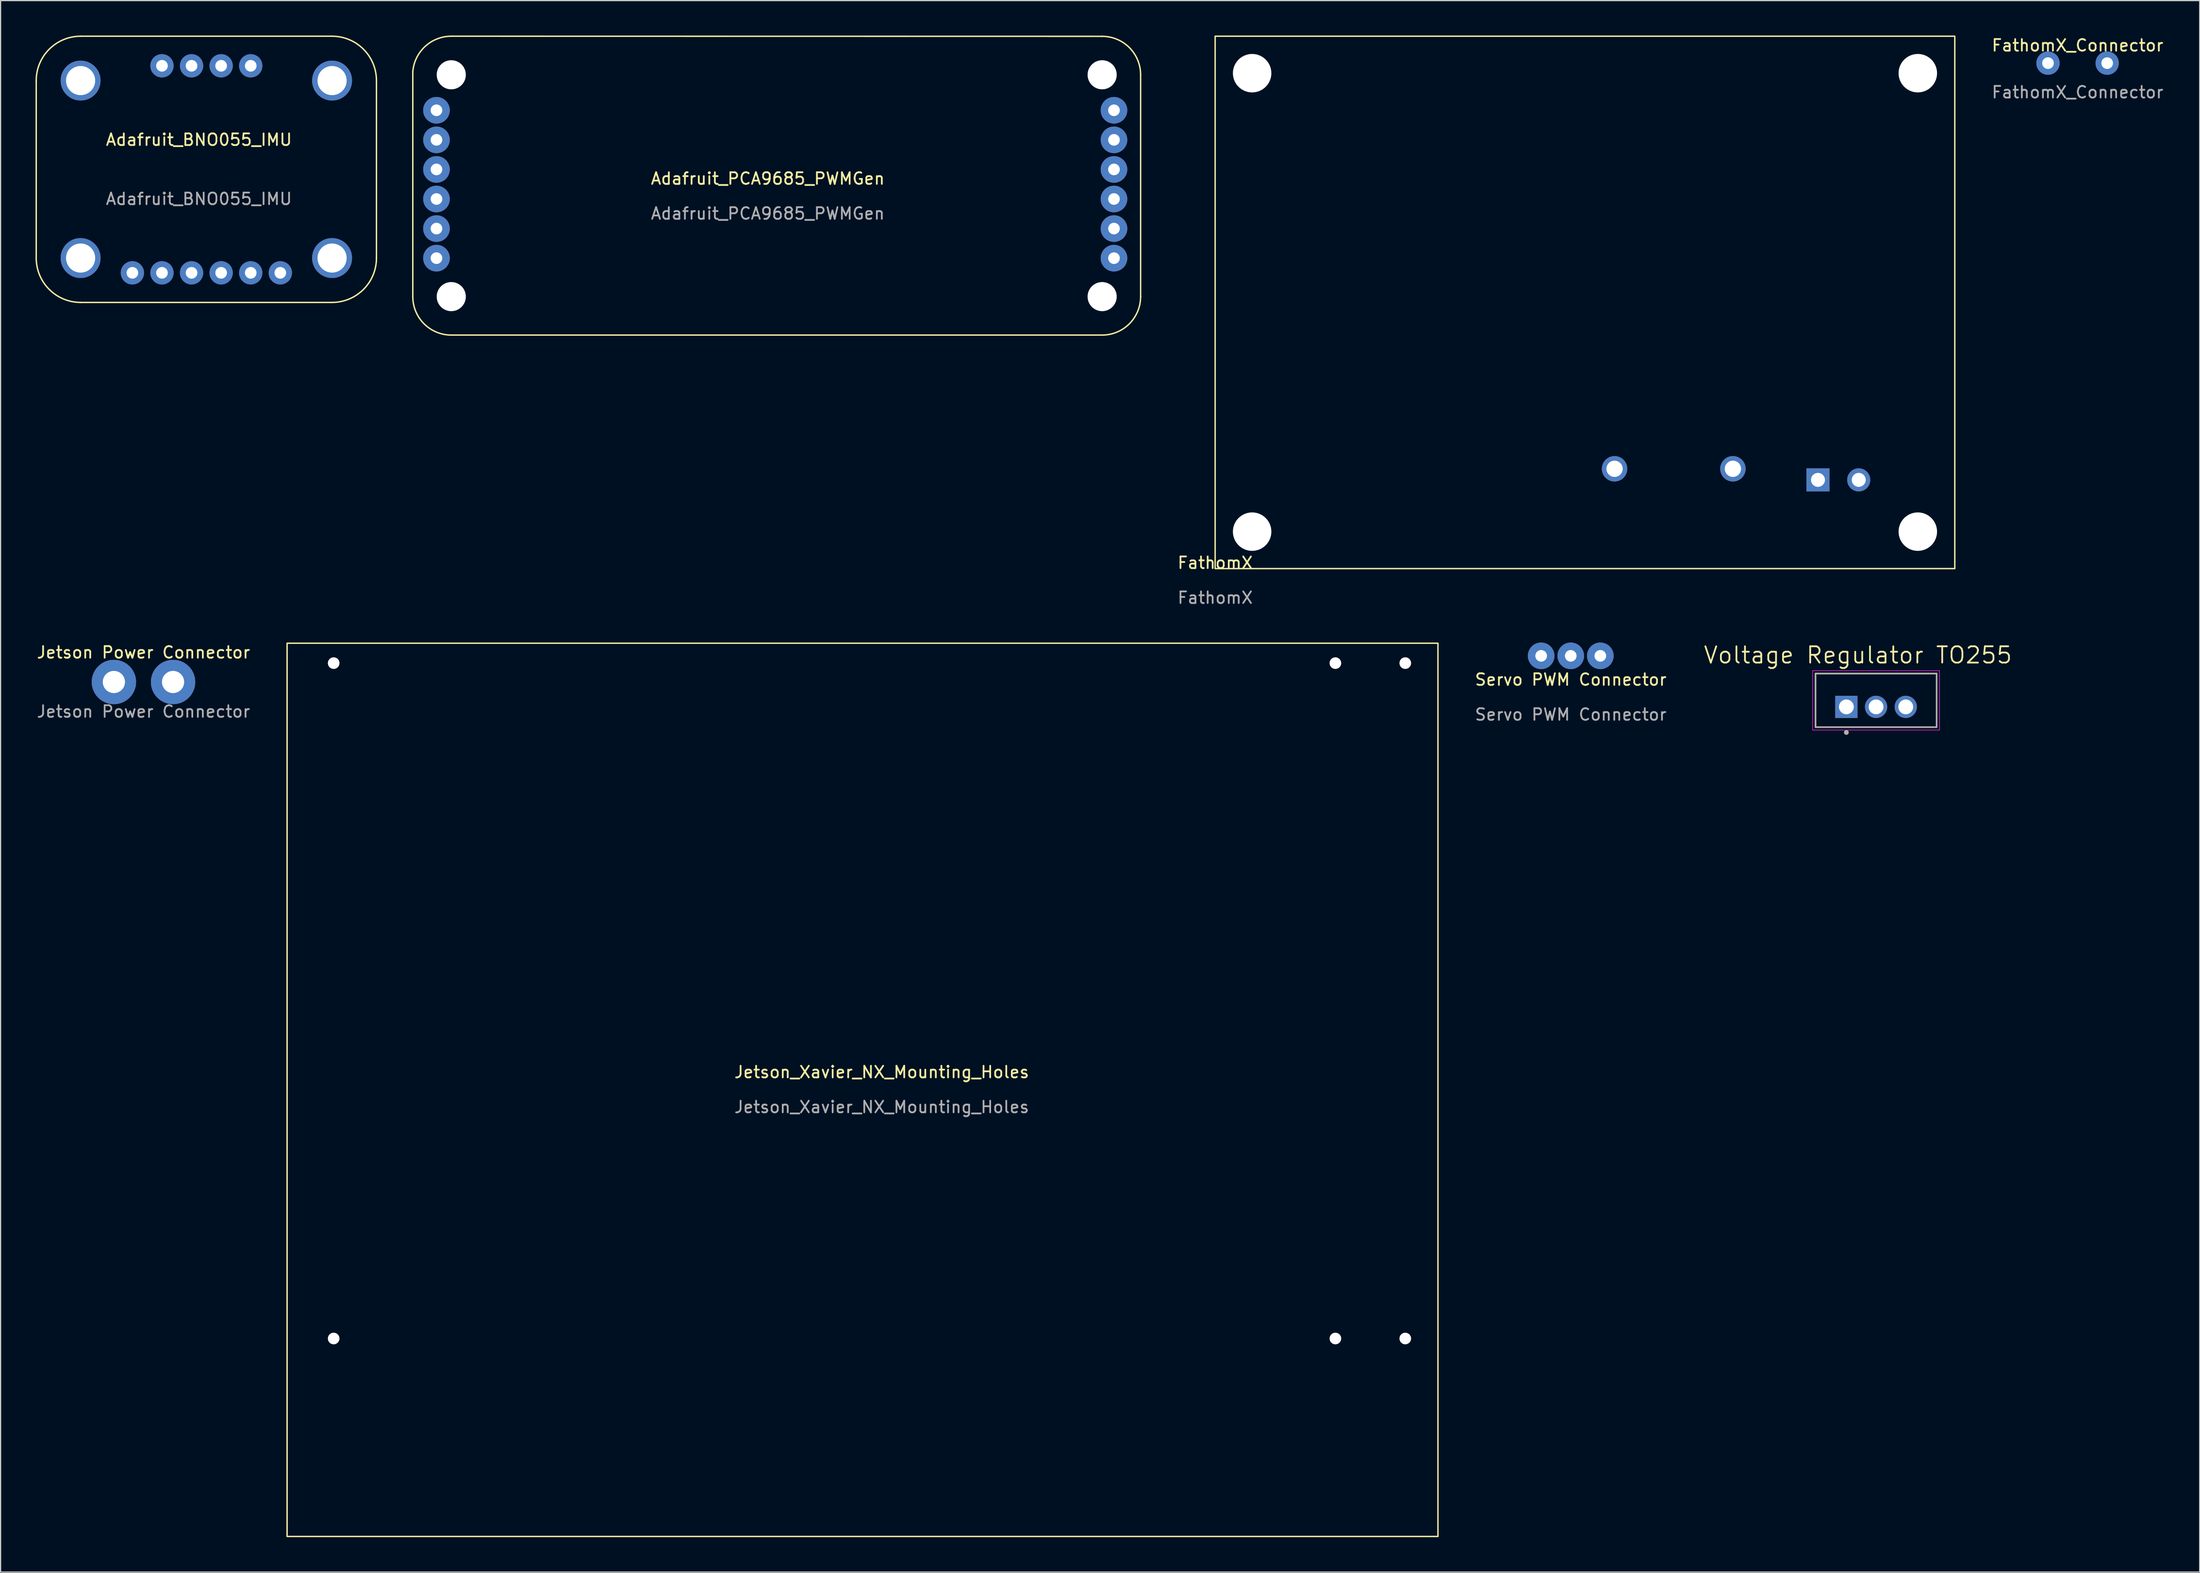
<source format=kicad_pcb>
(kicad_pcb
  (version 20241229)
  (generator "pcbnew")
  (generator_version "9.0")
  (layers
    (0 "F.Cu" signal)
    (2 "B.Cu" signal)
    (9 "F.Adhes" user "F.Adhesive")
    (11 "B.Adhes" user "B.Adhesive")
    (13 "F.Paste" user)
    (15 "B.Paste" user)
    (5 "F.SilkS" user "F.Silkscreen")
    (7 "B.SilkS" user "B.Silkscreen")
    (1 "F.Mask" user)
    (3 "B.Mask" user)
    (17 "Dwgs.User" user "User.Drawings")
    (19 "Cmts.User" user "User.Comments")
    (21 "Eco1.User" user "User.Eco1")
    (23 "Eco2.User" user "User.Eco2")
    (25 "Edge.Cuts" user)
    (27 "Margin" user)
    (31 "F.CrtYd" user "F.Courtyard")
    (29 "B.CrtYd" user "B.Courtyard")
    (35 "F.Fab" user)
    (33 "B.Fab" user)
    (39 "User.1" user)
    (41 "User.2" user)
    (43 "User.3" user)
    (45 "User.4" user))
  (footprint "Adafruit_PCA9685_PWMGen"
    (layer "F.Cu")
    (at 62.87 14.04)
    (property "Reference" "Adafruit_PCA9685_PWMGen" (at 0 -1.754 0) (unlocked yes) (layer "F.SilkS") (effects (font (size 1 1) (thickness 0.15))))
    (attr smd)
    (fp_line (start -30.48 8.382) (end -30.48 -10.922) (stroke (width 0.12) (type solid)) (layer "F.SilkS"))
    (fp_line (start -27.178 -13.98) (end 28.702 -13.97) (stroke (width 0.12) (type solid)) (layer "F.SilkS"))
    (fp_line (start -27.178 11.684) (end 28.702 11.684) (stroke (width 0.12) (type solid)) (layer "F.SilkS"))
    (fp_line (start 32.004 -10.668) (end 32.004 8.382) (stroke (width 0.12) (type solid)) (layer "F.SilkS"))
    (fp_arc (start -30.479999 -10.922) (mid -29.42817 -13.097907) (end -27.178 -13.979754) (stroke (width 0.12) (type solid)) (layer "F.SilkS"))
    (fp_arc (start -27.178 11.684) (mid -29.512867 10.716867) (end -30.48 8.382) (stroke (width 0.12) (type solid)) (layer "F.SilkS"))
    (fp_arc (start 28.702 -13.97) (mid 31.036867 -13.002867) (end 32.004 -10.668) (stroke (width 0.12) (type solid)) (layer "F.SilkS"))
    (fp_arc (start 32.004 8.382) (mid 31.036867 10.716867) (end 28.702 11.684) (stroke (width 0.12) (type solid)) (layer "F.SilkS"))
    (fp_text user "${REFERENCE}" (at 0 1.246 0) (unlocked yes) (layer "F.Fab") (effects (font (size 1 1) (thickness 0.15))))
    (pad "" np_thru_hole circle (at -27.178 -10.668) (size 2.5 2.5) (drill 3.302) (layers "*.Cu" "*.Mask"))
    (pad "" np_thru_hole circle (at -27.178 8.382) (size 2.5 2.5) (drill 3.302) (layers "*.Cu" "*.Mask"))
    (pad "" np_thru_hole circle (at 28.702 -10.668) (size 2.5 2.5) (drill 3.302) (layers "*.Cu" "*.Mask"))
    (pad "" np_thru_hole circle (at 28.702 8.382) (size 2.5 2.5) (drill 3.302) (layers "*.Cu" "*.Mask"))
    (pad "1" thru_hole circle (at -28.448 -7.62 90) (size 2.286 2.286) (drill 1) (layers "*.Cu" "*.Mask"))
    (pad "2" thru_hole circle (at -28.448 -5.08 90) (size 2.286 2.286) (drill 1) (layers "*.Cu" "*.Mask"))
    (pad "3" thru_hole circle (at -28.448 -2.54 90) (size 2.286 2.286) (drill 1) (layers "*.Cu" "*.Mask"))
    (pad "4" thru_hole circle (at -28.448 0 90) (size 2.286 2.286) (drill 1) (layers "*.Cu" "*.Mask"))
    (pad "5" thru_hole circle (at -28.448 2.54 90) (size 2.286 2.286) (drill 1) (layers "*.Cu" "*.Mask"))
    (pad "6" thru_hole circle (at -28.448 5.08 90) (size 2.286 2.286) (drill 1) (layers "*.Cu" "*.Mask"))
    (pad "7" thru_hole circle (at 29.718 -7.62 90) (size 2.286 2.286) (drill 1) (layers "*.Cu" "*.Mask"))
    (pad "8" thru_hole circle (at 29.718 -5.08 90) (size 2.286 2.286) (drill 1) (layers "*.Cu" "*.Mask"))
    (pad "9" thru_hole circle (at 29.718 -2.54 90) (size 2.286 2.286) (drill 1) (layers "*.Cu" "*.Mask"))
    (pad "10" thru_hole circle (at 29.718 0 90) (size 2.286 2.286) (drill 1) (layers "*.Cu" "*.Mask"))
    (pad "11" thru_hole circle (at 29.718 2.54 90) (size 2.286 2.286) (drill 1) (layers "*.Cu" "*.Mask"))
    (pad "12" thru_hole circle (at 29.718 5.08 90) (size 2.286 2.286) (drill 1) (layers "*.Cu" "*.Mask")))
  (footprint "Jetson_Xavier_NX_Mounting_Holes"
    (layer "F.Cu")
    (at 72.65 89.018)
    (property "Reference" "Jetson_Xavier_NX_Mounting_Holes" (at 0 0 0) (unlocked yes) (layer "F.SilkS") (effects (font (size 1 1) (thickness 0.15))))
    (attr through_hole)
    (fp_rect (start -51.054 -36.83) (end 47.752 39.878) (stroke (width 0.12) (type solid)) (fill no) (layer "F.SilkS"))
    (fp_text user "${REFERENCE}" (at 0 3 0) (unlocked yes) (layer "F.Fab") (effects (font (size 1 1) (thickness 0.15))))
    (pad "" np_thru_hole circle (at -47.054 -35.122 90) (size 1 1) (drill 2.75) (layers "*.Cu" "*.Mask"))
    (pad "" np_thru_hole circle (at -47.054 22.878 90) (size 1 1) (drill 2.75) (layers "*.Cu" "*.Mask"))
    (pad "" np_thru_hole circle (at 38.946 -35.122 90) (size 1 1) (drill 2.75) (layers "*.Cu" "*.Mask"))
    (pad "" np_thru_hole circle (at 38.946 22.878 90) (size 1 1) (drill 2.75) (layers "*.Cu" "*.Mask"))
    (pad "" np_thru_hole circle (at 44.946 -35.122 90) (size 1 1) (drill 2.75) (layers "*.Cu" "*.Mask"))
    (pad "" np_thru_hole circle (at 44.946 22.878 90) (size 1 1) (drill 2.75) (layers "*.Cu" "*.Mask")))
  (footprint "Voltage Regulator TO255"
    (layer "F.Cu")
    (at 155.464 57.654)
    (property "Reference" "Voltage Regulator TO255" (at 0.995 -4.444 0) (layer "F.SilkS") (effects (font (size 1.4 1.4) (thickness 0.15))))
    (attr through_hole)
    (fp_line (start -2.65 -2.86) (end 7.75 -2.86) (stroke (width 0.127) (type solid)) (layer "F.SilkS"))
    (fp_line (start -2.65 1.74) (end -2.65 -2.86) (stroke (width 0.127) (type solid)) (layer "F.SilkS"))
    (fp_line (start 7.75 -2.86) (end 7.75 1.74) (stroke (width 0.127) (type solid)) (layer "F.SilkS"))
    (fp_line (start 7.75 1.74) (end -2.65 1.74) (stroke (width 0.127) (type solid)) (layer "F.SilkS"))
    (fp_circle (center 0 2.195) (end 0.1 2.195) (stroke (width 0.2) (type solid)) (fill no) (layer "F.SilkS"))
    (fp_line (start -2.9 -3.106) (end 8 -3.106) (stroke (width 0.05) (type solid)) (layer "F.CrtYd"))
    (fp_line (start -2.9 1.99) (end -2.9 -3.106) (stroke (width 0.05) (type solid)) (layer "F.CrtYd"))
    (fp_line (start 8 -3.106) (end 8 1.99) (stroke (width 0.05) (type solid)) (layer "F.CrtYd"))
    (fp_line (start 8 1.99) (end -2.9 1.99) (stroke (width 0.05) (type solid)) (layer "F.CrtYd"))
    (fp_line (start -2.65 -2.86) (end 7.75 -2.86) (stroke (width 0.127) (type solid)) (layer "F.Fab"))
    (fp_line (start -2.65 1.74) (end -2.65 -2.86) (stroke (width 0.127) (type solid)) (layer "F.Fab"))
    (fp_line (start 7.75 -2.86) (end 7.75 1.74) (stroke (width 0.127) (type solid)) (layer "F.Fab"))
    (fp_line (start 7.75 1.74) (end -2.65 1.74) (stroke (width 0.127) (type solid)) (layer "F.Fab"))
    (fp_circle (center 0 2.195) (end 0.1 2.195) (stroke (width 0.2) (type solid)) (fill no) (layer "F.Fab"))
    (pad "1" thru_hole rect (at 0 0) (size 1.91 1.91) (drill 1.27) (layers "*.Cu" "*.Mask"))
    (pad "2" thru_hole circle (at 2.55 0) (size 1.91 1.91) (drill 1.27) (layers "*.Cu" "*.Mask"))
    (pad "3" thru_hole circle (at 5.1 0) (size 1.91 1.91) (drill 1.27) (layers "*.Cu" "*.Mask")))
  (footprint "FathomX"
    (layer "F.Cu")
    (at 133.023 22.92)
    (property "Reference" "FathomX" (at -31.75 22.36 0) (unlocked yes) (layer "F.SilkS") (effects (font (size 1 1) (thickness 0.15))))
    (attr smd)
    (fp_rect (start 31.75 22.86) (end -31.75 -22.86) (stroke (width 0.12) (type solid)) (fill no) (layer "F.SilkS"))
    (fp_text user "${REFERENCE}" (at -31.75 25.36 0) (unlocked yes) (layer "F.Fab") (effects (font (size 1 1) (thickness 0.15))))
    (pad "" np_thru_hole circle (at -28.575 -19.685) (size 3.302 3.302) (drill 3.302) (layers "*.Cu" "*.Mask"))
    (pad "" np_thru_hole circle (at -28.575 19.685) (size 3.302 3.302) (drill 3.302) (layers "*.Cu" "*.Mask"))
    (pad "" np_thru_hole circle (at 28.575 -19.685) (size 3.302 3.302) (drill 3.302) (layers "*.Cu" "*.Mask"))
    (pad "" np_thru_hole circle (at 28.575 19.685) (size 3.302 3.302) (drill 3.302) (layers "*.Cu" "*.Mask"))
    (pad "0" smd roundrect (at -17.78 12.7) (size 0.001 0.001) (layers "F.Cu" "F.Mask" "F.Paste") (roundrect_rratio 0.25))
    (pad "1" smd roundrect (at -27.94 13.97) (size 0.001 0.001) (layers "F.Cu" "F.Mask" "F.Paste") (roundrect_rratio 0.25))
    (pad "1" thru_hole circle (at 2.54 14.288) (size 2.184 2.184) (drill 1.397) (layers "*.Cu" "*.Mask"))
    (pad "2" thru_hole circle (at 12.7 14.288) (size 2.184 2.184) (drill 1.397) (layers "*.Cu" "*.Mask"))
    (pad "3" thru_hole rect (at 20.002 15.24) (size 1.981 1.981) (drill 1.2) (layers "*.Cu" "*.Mask"))
    (pad "4" thru_hole circle (at 23.503 15.24) (size 1.981 1.981) (drill 1.2) (layers "*.Cu" "*.Mask")))
  (footprint "Servo PWM Connector"
    (layer "F.Cu")
    (at 131.801 55.811)
    (property "Reference" "Servo PWM Connector" (at 0 -0.5 0) (unlocked yes) (layer "F.SilkS") (effects (font (size 1 1) (thickness 0.15))))
    (attr smd)
    (fp_text user "${REFERENCE}" (at 0 2.5 0) (unlocked yes) (layer "F.Fab") (effects (font (size 1 1) (thickness 0.15))))
    (pad "1" thru_hole circle (at -2.54 -2.54 180) (size 2.286 2.286) (drill 1) (layers "*.Cu" "*.Mask"))
    (pad "2" thru_hole circle (at 0 -2.54 180) (size 2.286 2.286) (drill 1) (layers "*.Cu" "*.Mask"))
    (pad "3" thru_hole circle (at 2.54 -2.54 180) (size 2.286 2.286) (drill 1) (layers "*.Cu" "*.Mask")))
  (footprint "Adafruit_BNO055_IMU"
    (layer "F.Cu")
    (at 14.03 11.49)
    (property "Reference" "Adafruit_BNO055_IMU" (at 0 -2.54 0) (unlocked yes) (layer "F.SilkS") (effects (font (size 1 1) (thickness 0.15))))
    (attr smd)
    (fp_line (start -13.97 7.62) (end -13.97 -7.62) (stroke (width 0.12) (type solid)) (layer "F.SilkS"))
    (fp_line (start -10.16 -11.43) (end 11.43 -11.43) (stroke (width 0.12) (type solid)) (layer "F.SilkS"))
    (fp_line (start 11.43 11.43) (end -10.16 11.43) (stroke (width 0.12) (type solid)) (layer "F.SilkS"))
    (fp_line (start 15.24 -7.62) (end 15.24 7.62) (stroke (width 0.12) (type solid)) (layer "F.SilkS"))
    (fp_arc (start -13.97 -7.62) (mid -12.854077 -10.314077) (end -10.16 -11.43) (stroke (width 0.12) (type solid)) (layer "F.SilkS"))
    (fp_arc (start -10.16 11.43) (mid -12.854077 10.314077) (end -13.97 7.62) (stroke (width 0.12) (type solid)) (layer "F.SilkS"))
    (fp_arc (start 11.43 -11.43) (mid 14.124077 -10.314077) (end 15.24 -7.62) (stroke (width 0.12) (type solid)) (layer "F.SilkS"))
    (fp_arc (start 15.24 7.62) (mid 14.124077 10.314077) (end 11.43 11.43) (stroke (width 0.12) (type solid)) (layer "F.SilkS"))
    (fp_text user "${REFERENCE}" (at 0 2.54 0) (unlocked yes) (layer "F.Fab") (effects (font (size 1 1) (thickness 0.15))))
    (pad "" np_thru_hole circle (at -10.16 -7.62) (size 3.429 3.429) (drill 2.5) (layers "*.Cu" "*.Mask"))
    (pad "" np_thru_hole circle (at -10.16 7.62) (size 3.429 3.429) (drill 2.5) (layers "*.Cu" "*.Mask"))
    (pad "" np_thru_hole circle (at 11.43 -7.62) (size 3.429 3.429) (drill 2.5) (layers "*.Cu" "*.Mask"))
    (pad "" np_thru_hole circle (at 11.43 7.62) (size 3.429 3.429) (drill 2.5) (layers "*.Cu" "*.Mask"))
    (pad "1" thru_hole circle (at -3.175 -8.89) (size 2 2) (drill 1) (layers "*.Cu" "*.Mask"))
    (pad "2" thru_hole circle (at -0.635 -8.89) (size 2 2) (drill 1) (layers "*.Cu" "*.Mask"))
    (pad "3" thru_hole circle (at 1.905 -8.89) (size 2 2) (drill 1) (layers "*.Cu" "*.Mask"))
    (pad "4" thru_hole circle (at 4.445 -8.89) (size 2 2) (drill 1) (layers "*.Cu" "*.Mask"))
    (pad "5" thru_hole circle (at -5.715 8.89) (size 2 2) (drill 1) (layers "*.Cu" "*.Mask"))
    (pad "6" thru_hole circle (at -3.175 8.89) (size 2 2) (drill 1) (layers "*.Cu" "*.Mask"))
    (pad "7" thru_hole circle (at -0.635 8.89) (size 2 2) (drill 1) (layers "*.Cu" "*.Mask"))
    (pad "8" thru_hole circle (at 1.905 8.89) (size 2 2) (drill 1) (layers "*.Cu" "*.Mask"))
    (pad "9" thru_hole circle (at 4.445 8.89) (size 2 2) (drill 1) (layers "*.Cu" "*.Mask"))
    (pad "10" thru_hole circle (at 6.985 8.89) (size 2 2) (drill 1) (layers "*.Cu" "*.Mask")))
  (footprint "FathomX_Connector"
    (layer "F.Cu")
    (at 175.315 2.372)
    (property "Reference" "FathomX_Connector" (at 0 -1.524 0) (unlocked yes) (layer "F.SilkS") (effects (font (size 1 1) (thickness 0.15))))
    (attr through_hole)
    (fp_text user "${REFERENCE}" (at 0 2.5 0) (unlocked yes) (layer "F.Fab") (effects (font (size 1 1) (thickness 0.15))))
    (pad "1" thru_hole circle (at -2.54 0 90) (size 2 2) (drill 1) (layers "*.Cu" "*.Mask"))
    (pad "2" thru_hole circle (at 2.54 0 90) (size 2 2) (drill 1) (layers "*.Cu" "*.Mask")))
  (footprint "Jetson Power Connector"
    (layer "F.Cu")
    (at 9.268 55.517)
    (property "Reference" "Jetson Power Connector" (at 0 -2.54 0) (unlocked yes) (layer "F.SilkS") (effects (font (size 1 1) (thickness 0.15))))
    (attr through_hole)
    (fp_text user "${REFERENCE}" (at 0 2.54 0) (unlocked yes) (layer "F.Fab") (effects (font (size 1 1) (thickness 0.15))))
    (pad "1" thru_hole circle (at -2.54 0) (size 3.81 3.81) (drill 1.905) (layers "*.Cu" "*.Mask"))
    (pad "2" thru_hole circle (at 2.54 0) (size 3.81 3.81) (drill 1.905) (layers "*.Cu" "*.Mask")))
  (gr_rect
    (start -3 -3)
    (end 185.798 131.956)
    (stroke (width 0.1) (type default))
    (fill no)
    (layer "Edge.Cuts")))
</source>
